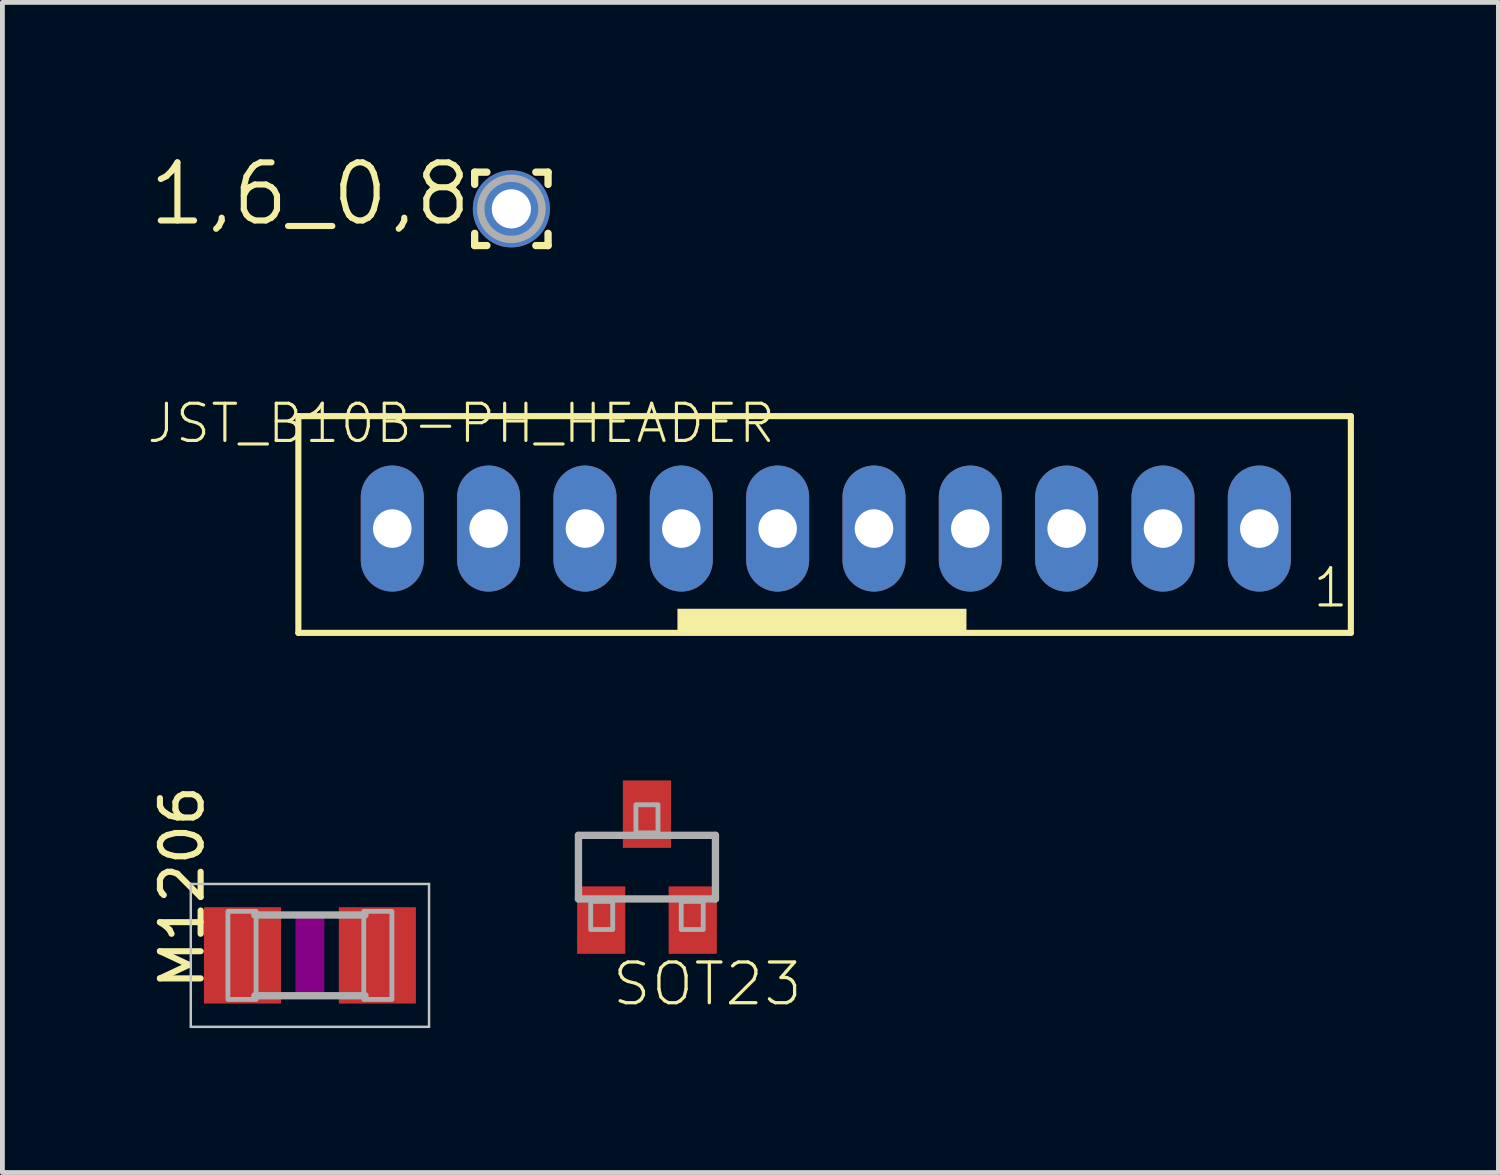
<source format=kicad_pcb>
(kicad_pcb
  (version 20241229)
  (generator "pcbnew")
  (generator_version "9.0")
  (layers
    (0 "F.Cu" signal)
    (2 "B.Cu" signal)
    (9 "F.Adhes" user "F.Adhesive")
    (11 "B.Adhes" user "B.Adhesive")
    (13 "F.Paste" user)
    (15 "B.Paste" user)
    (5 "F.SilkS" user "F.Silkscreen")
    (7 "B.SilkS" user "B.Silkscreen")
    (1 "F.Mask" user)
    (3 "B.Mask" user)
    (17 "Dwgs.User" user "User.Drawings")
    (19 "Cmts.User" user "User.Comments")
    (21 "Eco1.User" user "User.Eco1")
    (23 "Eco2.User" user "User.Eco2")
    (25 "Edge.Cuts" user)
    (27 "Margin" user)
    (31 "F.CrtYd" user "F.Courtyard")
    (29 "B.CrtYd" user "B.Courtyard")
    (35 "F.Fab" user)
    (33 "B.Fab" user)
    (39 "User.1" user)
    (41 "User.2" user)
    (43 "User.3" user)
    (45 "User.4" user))
  (footprint "SOT23"
    (layer "F.Cu")
    (at 10.381 14.952)
    (property "Reference" "SOT23" (at -0.762 2.921 180) (layer "F.SilkS") (effects (font (size 0.845 0.845) (thickness 0.068)) (justify left bottom)))
    (attr through_hole)
    (fp_line (start -1.422 -0.66) (end 1.422 -0.66) (stroke (width 0.152) (type solid)) (layer "F.Fab"))
    (fp_line (start -1.422 0.66) (end -1.422 -0.66) (stroke (width 0.152) (type solid)) (layer "F.Fab"))
    (fp_line (start 1.422 -0.66) (end 1.422 0.66) (stroke (width 0.152) (type solid)) (layer "F.Fab"))
    (fp_line (start 1.422 0.66) (end -1.422 0.66) (stroke (width 0.152) (type solid)) (layer "F.Fab"))
    (fp_poly (pts (xy -1.168 1.295) (xy -0.711 1.295) (xy -0.711 0.711) (xy -1.168 0.711)) (stroke (width 0.1) (type solid)) (fill no) (layer "F.Fab"))
    (fp_poly (pts (xy -0.229 -0.711) (xy 0.229 -0.711) (xy 0.229 -1.295) (xy -0.229 -1.295)) (stroke (width 0.1) (type solid)) (fill no) (layer "F.Fab"))
    (fp_poly (pts (xy 0.711 1.295) (xy 1.168 1.295) (xy 1.168 0.711) (xy 0.711 0.711)) (stroke (width 0.1) (type solid)) (fill no) (layer "F.Fab"))
    (pad "1" smd rect (at -0.95 1.1) (size 1 1.4) (layers "F.Cu" "F.Mask" "F.Paste"))
    (pad "2" smd rect (at 0.95 1.1) (size 1 1.4) (layers "F.Cu" "F.Mask" "F.Paste"))
    (pad "3" smd rect (at 0 -1.1) (size 1 1.4) (layers "F.Cu" "F.Mask" "F.Paste")))
  (footprint "1,6_0,8"
    (layer "F.Cu")
    (at 7.566 1.286)
    (property "Reference" "1,6_0,8" (at -0.762 -1.016 0) (layer "F.SilkS") (effects (font (size 1.206 1.206) (thickness 0.127)) (justify right top)))
    (attr through_hole)
    (fp_line (start -0.762 -0.762) (end -0.762 -0.508) (stroke (width 0.152) (type solid)) (layer "F.SilkS"))
    (fp_line (start -0.762 -0.762) (end -0.508 -0.762) (stroke (width 0.152) (type solid)) (layer "F.SilkS"))
    (fp_line (start -0.762 0.762) (end -0.762 0.508) (stroke (width 0.152) (type solid)) (layer "F.SilkS"))
    (fp_line (start -0.508 0.762) (end -0.762 0.762) (stroke (width 0.152) (type solid)) (layer "F.SilkS"))
    (fp_line (start 0.762 -0.762) (end 0.508 -0.762) (stroke (width 0.152) (type solid)) (layer "F.SilkS"))
    (fp_line (start 0.762 -0.762) (end 0.762 -0.508) (stroke (width 0.152) (type solid)) (layer "F.SilkS"))
    (fp_line (start 0.762 0.508) (end 0.762 0.762) (stroke (width 0.152) (type solid)) (layer "F.SilkS"))
    (fp_line (start 0.762 0.762) (end 0.508 0.762) (stroke (width 0.152) (type solid)) (layer "F.SilkS"))
    (fp_circle (center 0 0) (end 0.635 0) (stroke (width 0.152) (type solid)) (fill no) (layer "F.Fab"))
    (pad "1" thru_hole circle (at 0 0) (size 1.6 1.6) (drill 0.813) (layers "*.Cu" "*.Mask")))
  (footprint "M1206"
    (layer "F.Cu")
    (at 3.384 16.784)
    (property "Reference" "M1206" (at -2.159 0.762 90) (layer "F.SilkS") (effects (font (size 0.845 0.845) (thickness 0.127)) (justify left bottom)))
    (attr through_hole)
    (fp_poly (pts (xy -0.3 0.8) (xy 0.3 0.8) (xy 0.3 -0.8) (xy -0.3 -0.8)) (stroke (width 0) (type solid)) (fill yes) (layer "F.Adhes"))
    (fp_line (start -2.473 -1.483) (end 2.473 -1.483) (stroke (width 0.051) (type solid)) (layer "Dwgs.User"))
    (fp_line (start -2.473 1.483) (end -2.473 -1.483) (stroke (width 0.051) (type solid)) (layer "Dwgs.User"))
    (fp_line (start 2.473 -1.483) (end 2.473 1.483) (stroke (width 0.051) (type solid)) (layer "Dwgs.User"))
    (fp_line (start 2.473 1.483) (end -2.473 1.483) (stroke (width 0.051) (type solid)) (layer "Dwgs.User"))
    (fp_line (start 1.143 -0.838) (end -1.143 -0.838) (stroke (width 0.152) (type solid)) (layer "F.Fab"))
    (fp_line (start 1.143 0.838) (end -1.143 0.838) (stroke (width 0.152) (type solid)) (layer "F.Fab"))
    (fp_poly (pts (xy -1.702 0.914) (xy -1.118 0.914) (xy -1.118 -0.914) (xy -1.702 -0.914)) (stroke (width 0.1) (type solid)) (fill no) (layer "F.Fab"))
    (fp_poly (pts (xy 1.118 0.914) (xy 1.702 0.914) (xy 1.702 -0.914) (xy 1.118 -0.914)) (stroke (width 0.1) (type solid)) (fill no) (layer "F.Fab"))
    (pad "1" smd rect (at -1.4 0) (size 1.6 2) (layers "F.Cu" "F.Mask" "F.Paste"))
    (pad "2" smd rect (at 1.4 0) (size 1.6 2) (layers "F.Cu" "F.Mask" "F.Paste")))
  (footprint "JST_B10B-PH_HEADER"
    (layer "F.Cu")
    (at 19.094 7.971)
    (property "Reference" "JST_B10B-PH_HEADER" (at -6 -2.683 0) (layer "F.SilkS") (effects (font (size 0.772 0.772) (thickness 0.065)) (justify right top)))
    (attr through_hole)
    (fp_line (start -15.95 -2.382) (end 5.9 -2.382) (stroke (width 0.127) (type solid)) (layer "F.SilkS"))
    (fp_line (start -15.95 2.118) (end -15.95 -2.382) (stroke (width 0.127) (type solid)) (layer "F.SilkS"))
    (fp_line (start 5.9 -2.382) (end 5.9 2.118) (stroke (width 0.127) (type solid)) (layer "F.SilkS"))
    (fp_line (start 5.9 2.118) (end -15.95 2.118) (stroke (width 0.127) (type solid)) (layer "F.SilkS"))
    (fp_poly (pts (xy -8.08 2.118) (xy -2.08 2.118) (xy -2.08 1.617) (xy -8.08 1.617)) (stroke (width 0) (type solid)) (fill yes) (layer "F.SilkS"))
    (fp_text user "1" (at 5.07 1.635 0) (layer "F.SilkS") (effects (font (size 0.772 0.772) (thickness 0.065)) (justify left bottom)))
    (pad "P1" thru_hole oval (at 4 -0.048 90) (size 2.616 1.308) (drill 0.8) (layers "*.Cu" "*.Mask"))
    (pad "P2" thru_hole oval (at 2 -0.048 90) (size 2.616 1.308) (drill 0.8) (layers "*.Cu" "*.Mask"))
    (pad "P3" thru_hole oval (at 0 -0.048 90) (size 2.616 1.308) (drill 0.8) (layers "*.Cu" "*.Mask"))
    (pad "P4" thru_hole oval (at -2 -0.048 90) (size 2.616 1.308) (drill 0.8) (layers "*.Cu" "*.Mask"))
    (pad "P5" thru_hole oval (at -4 -0.048 90) (size 2.616 1.308) (drill 0.8) (layers "*.Cu" "*.Mask"))
    (pad "P6" thru_hole oval (at -6 -0.048 90) (size 2.616 1.308) (drill 0.8) (layers "*.Cu" "*.Mask"))
    (pad "P7" thru_hole oval (at -8 -0.048 90) (size 2.616 1.308) (drill 0.8) (layers "*.Cu" "*.Mask"))
    (pad "P8" thru_hole oval (at -10 -0.048 90) (size 2.616 1.308) (drill 0.8) (layers "*.Cu" "*.Mask"))
    (pad "P9" thru_hole oval (at -12 -0.048 90) (size 2.616 1.308) (drill 0.8) (layers "*.Cu" "*.Mask"))
    (pad "P10" thru_hole oval (at -14 -0.048 90) (size 2.616 1.308) (drill 0.8) (layers "*.Cu" "*.Mask")))
  (gr_rect
    (start -3 -3)
    (end 28.057 21.292)
    (stroke (width 0.1) (type default))
    (fill no)
    (layer "Edge.Cuts")))
</source>
